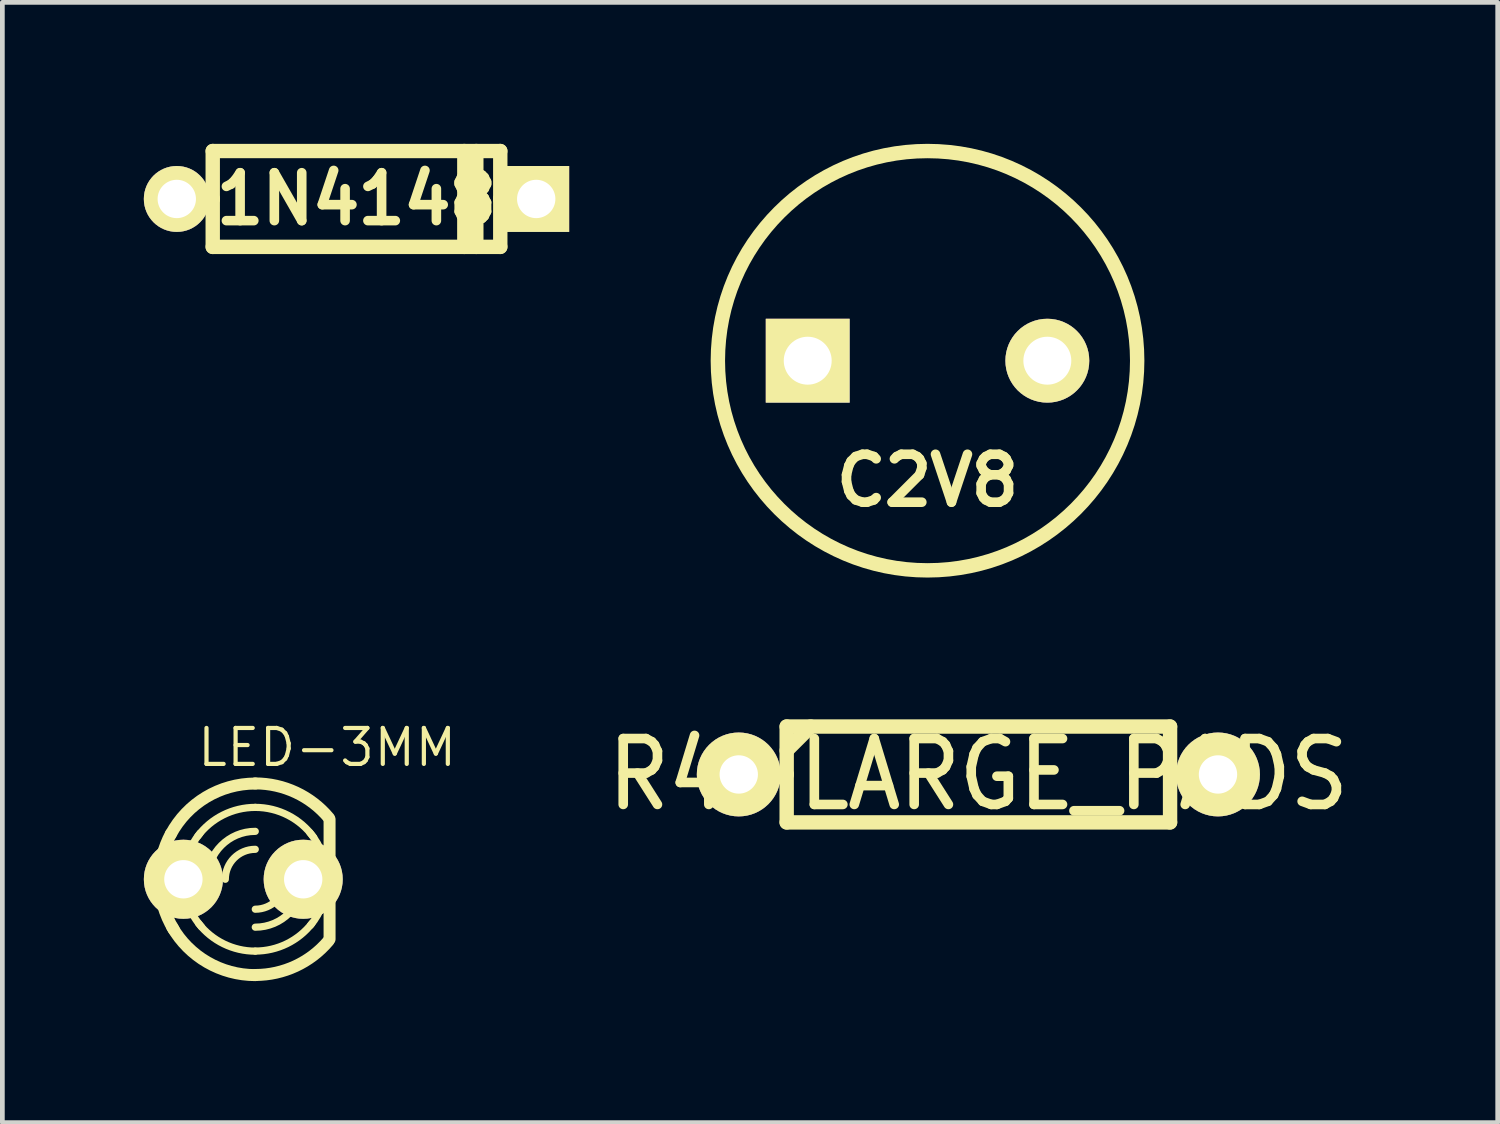
<source format=kicad_pcb>
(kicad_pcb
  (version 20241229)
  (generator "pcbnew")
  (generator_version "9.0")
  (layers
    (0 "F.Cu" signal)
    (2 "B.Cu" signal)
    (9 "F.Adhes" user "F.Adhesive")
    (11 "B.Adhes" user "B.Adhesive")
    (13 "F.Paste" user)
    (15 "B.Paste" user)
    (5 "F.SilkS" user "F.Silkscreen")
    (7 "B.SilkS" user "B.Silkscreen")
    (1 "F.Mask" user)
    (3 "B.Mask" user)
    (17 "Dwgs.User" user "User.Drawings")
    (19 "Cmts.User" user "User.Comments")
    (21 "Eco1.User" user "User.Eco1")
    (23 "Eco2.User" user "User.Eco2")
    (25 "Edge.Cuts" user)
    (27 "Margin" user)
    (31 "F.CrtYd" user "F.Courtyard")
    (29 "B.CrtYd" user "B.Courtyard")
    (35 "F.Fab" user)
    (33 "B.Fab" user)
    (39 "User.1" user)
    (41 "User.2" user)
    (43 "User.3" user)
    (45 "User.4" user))
  (footprint "C2V8"
    (layer "F.Cu")
    (at 16.614 4.597)
    (property "Reference" "C2V8" (at 0 2.54 0) (layer "F.SilkS") (effects (font (size 1.016 1.016) (thickness 0.203))))
    (attr through_hole)
    (fp_circle (center 0 0) (end -4.445 0) (stroke (width 0.305) (type solid)) (fill no) (layer "F.SilkS"))
    (pad "1" thru_hole rect (at -2.54 0) (size 1.778 1.778) (drill 1.016) (layers "*.Cu" "*.Mask" "F.SilkS"))
    (pad "2" thru_hole circle (at 2.54 0) (size 1.778 1.778) (drill 1.016) (layers "*.Cu" "*.Mask" "F.SilkS")))
  (footprint "LED-3MM"
    (layer "F.Cu")
    (at 2.108 15.591)
    (property "Reference" "LED-3MM" (at 1.778 -2.794 0) (layer "F.SilkS") (effects (font (size 0.762 0.762) (thickness 0.089))))
    (attr through_hole)
    (fp_line (start 1.829 1.27) (end 1.829 -1.27) (stroke (width 0.254) (type solid)) (layer "F.SilkS"))
    (fp_arc (start -1.778 0) (mid -1.716347 -0.496745) (end -1.53513 -0.963347) (stroke (width 0.254) (type solid)) (layer "F.SilkS"))
    (fp_arc (start -1.5367 -0.95504) (mid -0.790567 -1.739997) (end 0.253025 -2.02946) (stroke (width 0.254) (type solid)) (layer "F.SilkS"))
    (fp_arc (start -1.47574 1.06426) (mid -1.700164 0.553076) (end -1.776923 0.0001) (stroke (width 0.254) (type solid)) (layer "F.SilkS"))
    (fp_arc (start -1.27 0) (mid -1.178999 -0.518738) (end -0.916864 -0.975527) (stroke (width 0.1524) (type solid)) (layer "F.SilkS"))
    (fp_arc (start -0.9652 -0.9144) (mid -0.427912 -1.362928) (end 0.253199 -1.524) (stroke (width 0.1524) (type solid)) (layer "F.SilkS"))
    (fp_arc (start -0.88392 1.01092) (mid -1.168742 0.540951) (end -1.268111 0.000469) (stroke (width 0.1524) (type solid)) (layer "F.SilkS"))
    (fp_arc (start -0.762 0) (mid -0.46442 -0.71842) (end 0.254 -1.016) (stroke (width 0.1524) (type solid)) (layer "F.SilkS"))
    (fp_arc (start -0.381 0) (mid -0.195013 -0.449013) (end 0.254 -0.635) (stroke (width 0.1524) (type solid)) (layer "F.SilkS"))
    (fp_arc (start 0.254 -2.032) (mid 1.114367 -1.840867) (end 1.81288 -1.303426) (stroke (width 0.254) (type solid)) (layer "F.SilkS"))
    (fp_arc (start 0.254 -1.524) (mid 0.950618 -1.35547) (end 1.493166 -0.887155) (stroke (width 0.1524) (type solid)) (layer "F.SilkS"))
    (fp_arc (start 0.254 1.524) (mid -0.415273 1.369179) (end -0.948564 0.936171) (stroke (width 0.1524) (type solid)) (layer "F.SilkS"))
    (fp_arc (start 0.254 2.032) (mid -0.76507 1.757988) (end -1.509299 1.009851) (stroke (width 0.254) (type solid)) (layer "F.SilkS"))
    (fp_arc (start 0.889 0) (mid 0.703013 0.449013) (end 0.254 0.635) (stroke (width 0.1524) (type solid)) (layer "F.SilkS"))
    (fp_arc (start 1.27 0) (mid 0.97242 0.71842) (end 0.254 1.016) (stroke (width 0.1524) (type solid)) (layer "F.SilkS"))
    (fp_arc (start 1.4097 -0.9906) (mid 1.681593 -0.528119) (end 1.776147 -0.000034) (stroke (width 0.1524) (type solid)) (layer "F.SilkS"))
    (fp_arc (start 1.45542 0.93472) (mid 0.922882 1.367373) (end 0.254442 1.522206) (stroke (width 0.1524) (type solid)) (layer "F.SilkS"))
    (fp_arc (start 1.778 0) (mid 1.686999 0.518738) (end 1.424864 0.975527) (stroke (width 0.1524) (type solid)) (layer "F.SilkS"))
    (fp_arc (start 1.8034 1.31064) (mid 1.109154 1.840416) (end 0.256552 2.029387) (stroke (width 0.254) (type solid)) (layer "F.SilkS"))
    (pad "1" thru_hole circle (at -1.27 0) (size 1.676 1.676) (drill 0.813) (layers "*.Cu" "*.Mask" "F.SilkS" "F.Paste"))
    (pad "2" thru_hole circle (at 1.27 0) (size 1.676 1.676) (drill 0.813) (layers "*.Cu" "*.Mask" "F.SilkS" "F.Paste")))
  (footprint "1N4148"
    (layer "F.Cu")
    (at 4.508 1.168)
    (property "Reference" "1N4148" (at 0 0 0) (layer "F.SilkS") (effects (font (size 1.016 1.016) (thickness 0.203))))
    (attr through_hole)
    (fp_line (start -3.048 -1.016) (end -3.048 0) (stroke (width 0.305) (type solid)) (layer "F.SilkS"))
    (fp_line (start -3.048 0) (end -3.81 0) (stroke (width 0.305) (type solid)) (layer "F.SilkS"))
    (fp_line (start -3.048 0) (end -3.048 1.016) (stroke (width 0.305) (type solid)) (layer "F.SilkS"))
    (fp_line (start -3.048 1.016) (end 3.048 1.016) (stroke (width 0.305) (type solid)) (layer "F.SilkS"))
    (fp_line (start 2.286 1.016) (end 2.286 -1.016) (stroke (width 0.305) (type solid)) (layer "F.SilkS"))
    (fp_line (start 2.54 -1.016) (end 2.54 1.016) (stroke (width 0.305) (type solid)) (layer "F.SilkS"))
    (fp_line (start 3.048 -1.016) (end -3.048 -1.016) (stroke (width 0.305) (type solid)) (layer "F.SilkS"))
    (fp_line (start 3.048 0) (end 3.048 -1.016) (stroke (width 0.305) (type solid)) (layer "F.SilkS"))
    (fp_line (start 3.048 1.016) (end 3.048 0) (stroke (width 0.305) (type solid)) (layer "F.SilkS"))
    (fp_line (start 3.81 0) (end 3.048 0) (stroke (width 0.305) (type solid)) (layer "F.SilkS"))
    (pad "1" thru_hole circle (at -3.81 0) (size 1.397 1.397) (drill 0.813) (layers "*.Cu" "*.Mask" "F.SilkS"))
    (pad "2" thru_hole rect (at 3.81 0) (size 1.397 1.397) (drill 0.813) (layers "*.Cu" "*.Mask" "F.SilkS")))
  (footprint "R4-LARGE_PADS"
    (layer "F.Cu")
    (at 17.692 13.369)
    (property "Reference" "R4-LARGE_PADS" (at 0 0 0) (layer "F.SilkS") (effects (font (size 1.397 1.27) (thickness 0.203))))
    (attr through_hole)
    (fp_line (start -5.08 0) (end -4.064 0) (stroke (width 0.305) (type solid)) (layer "F.SilkS"))
    (fp_line (start -4.064 -1.016) (end 4.064 -1.016) (stroke (width 0.305) (type solid)) (layer "F.SilkS"))
    (fp_line (start -4.064 -0.508) (end -3.556 -1.016) (stroke (width 0.305) (type solid)) (layer "F.SilkS"))
    (fp_line (start -4.064 0) (end -4.064 -1.016) (stroke (width 0.305) (type solid)) (layer "F.SilkS"))
    (fp_line (start -4.064 1.016) (end -4.064 0) (stroke (width 0.305) (type solid)) (layer "F.SilkS"))
    (fp_line (start 4.064 -1.016) (end 4.064 1.016) (stroke (width 0.305) (type solid)) (layer "F.SilkS"))
    (fp_line (start 4.064 1.016) (end -4.064 1.016) (stroke (width 0.305) (type solid)) (layer "F.SilkS"))
    (fp_line (start 5.08 0) (end 4.064 0) (stroke (width 0.305) (type solid)) (layer "F.SilkS"))
    (pad "1" thru_hole circle (at -5.08 0) (size 1.778 1.778) (drill 0.813) (layers "*.Cu" "*.Mask" "F.SilkS"))
    (pad "2" thru_hole circle (at 5.08 0) (size 1.778 1.778) (drill 0.813) (layers "*.Cu" "*.Mask" "F.SilkS")))
  (gr_rect
    (start -3 -3)
    (end 28.702 20.75)
    (stroke (width 0.1) (type default))
    (fill no)
    (layer "Edge.Cuts")))
</source>
